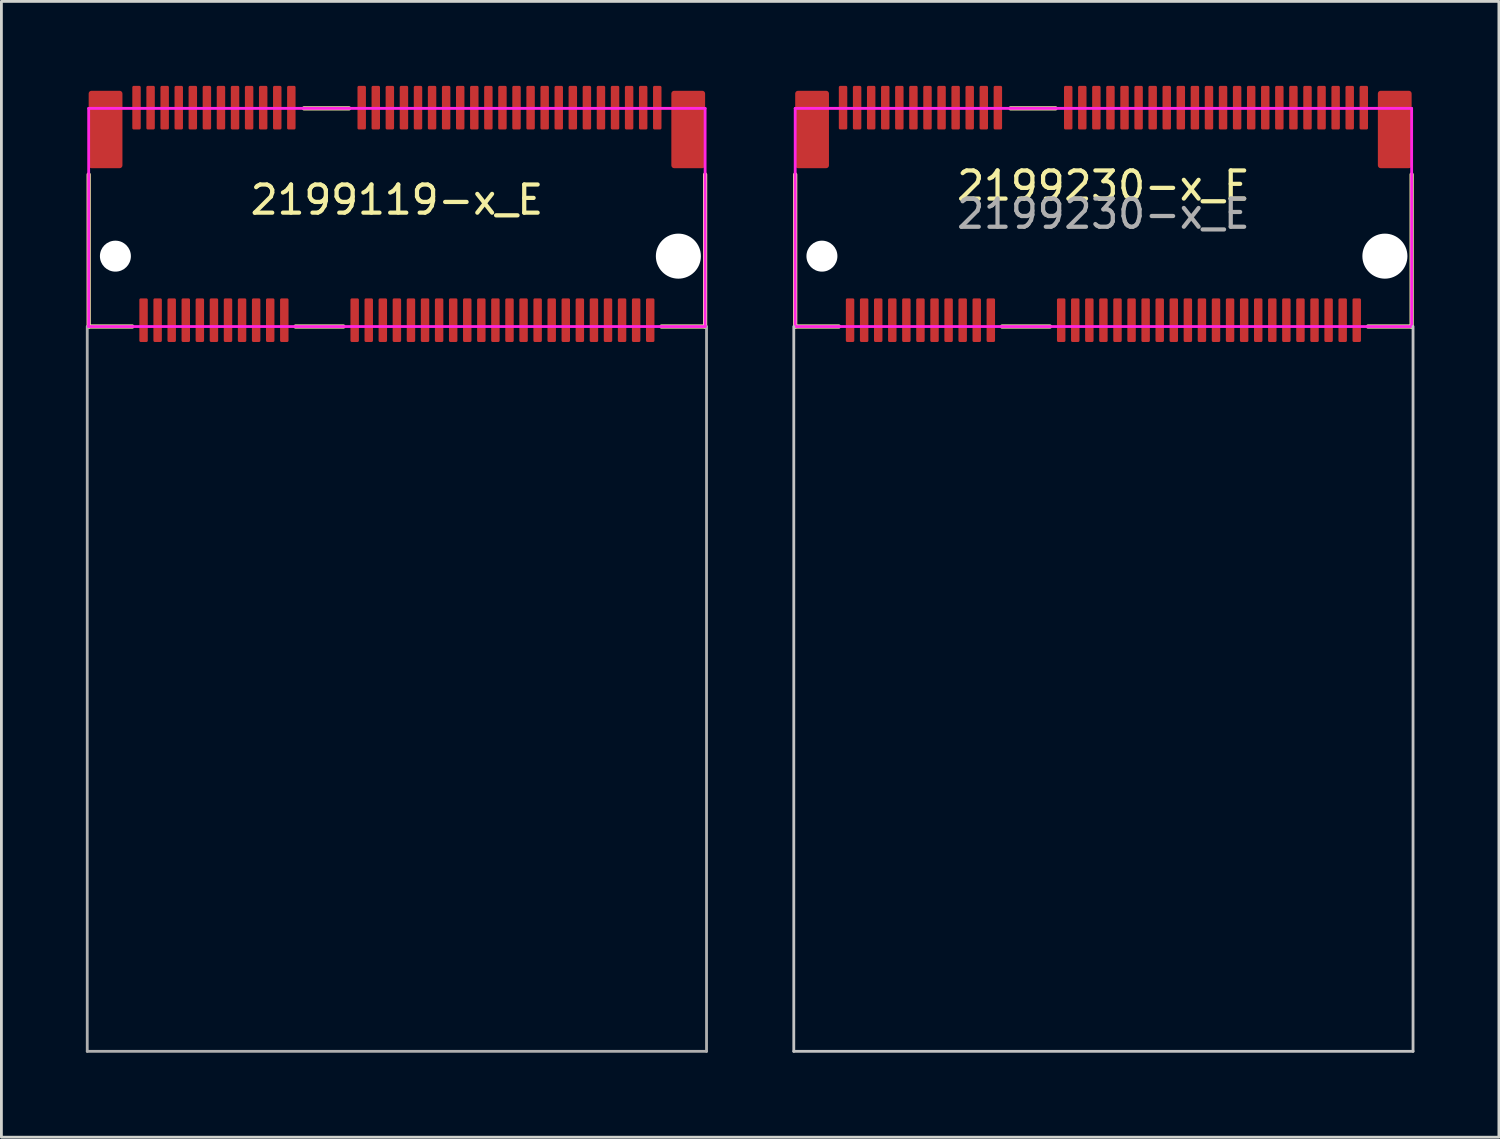
<source format=kicad_pcb>
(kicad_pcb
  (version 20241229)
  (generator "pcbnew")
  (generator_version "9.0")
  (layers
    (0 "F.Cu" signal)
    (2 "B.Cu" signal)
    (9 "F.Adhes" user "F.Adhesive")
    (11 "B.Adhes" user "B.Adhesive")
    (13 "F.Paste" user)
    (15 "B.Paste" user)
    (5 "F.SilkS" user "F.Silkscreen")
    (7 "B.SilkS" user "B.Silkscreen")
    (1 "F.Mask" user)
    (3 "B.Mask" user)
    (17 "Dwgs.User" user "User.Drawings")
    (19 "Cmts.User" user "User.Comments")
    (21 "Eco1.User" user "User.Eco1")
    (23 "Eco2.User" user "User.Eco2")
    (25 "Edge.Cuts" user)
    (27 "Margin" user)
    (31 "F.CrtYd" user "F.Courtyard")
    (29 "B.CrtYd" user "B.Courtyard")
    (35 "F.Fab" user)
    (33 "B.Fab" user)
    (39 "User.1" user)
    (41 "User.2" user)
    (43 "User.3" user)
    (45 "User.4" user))
  (footprint "2199119-x_E"
    (layer "F.Cu")
    (at 11.05 4.55)
    (property "Reference" "2199119-x_E" (at 0 -0.5 0) (layer "F.SilkS") (effects (font (size 1 1) (thickness 0.15))))
    (attr smd)
    (fp_line (start -10.95 4) (end -10.95 -1.4) (stroke (width 0.15) (type solid)) (layer "F.SilkS"))
    (fp_line (start -9.4 4) (end -10.95 4) (stroke (width 0.15) (type solid)) (layer "F.SilkS"))
    (fp_line (start -1.9 4) (end -3.6 4) (stroke (width 0.15) (type solid)) (layer "F.SilkS"))
    (fp_line (start -1.7 -3.75) (end -3.3 -3.75) (stroke (width 0.15) (type solid)) (layer "F.SilkS"))
    (fp_line (start 10.95 -1.4) (end 10.95 4) (stroke (width 0.15) (type solid)) (layer "F.SilkS"))
    (fp_line (start 10.95 4) (end 9.4 4) (stroke (width 0.15) (type solid)) (layer "F.SilkS"))
    (fp_line (start -10.95 -3.75) (end -10.95 4) (stroke (width 0.1) (type solid)) (layer "F.CrtYd"))
    (fp_line (start 10.95 -3.75) (end -10.95 -3.75) (stroke (width 0.1) (type solid)) (layer "F.CrtYd"))
    (fp_line (start 10.95 -3.75) (end 10.95 4) (stroke (width 0.1) (type solid)) (layer "F.CrtYd"))
    (fp_line (start 10.95 4) (end -10.95 4) (stroke (width 0.1) (type solid)) (layer "F.CrtYd"))
    (fp_line (start -11 4) (end -11 29.75) (stroke (width 0.1) (type solid)) (layer "F.Fab"))
    (fp_line (start -11 29.75) (end 11 29.75) (stroke (width 0.1) (type solid)) (layer "F.Fab"))
    (fp_line (start 11 29.75) (end 11 4) (stroke (width 0.1) (type solid)) (layer "F.Fab"))
    (pad "" np_thru_hole circle (at -10 1.5) (size 1.1 1.1) (drill 1.1) (layers "*.Cu" "*.Mask"))
    (pad "" np_thru_hole circle (at 10 1.5) (size 1.6 1.6) (drill 1.6) (layers "*.Cu" "*.Mask"))
    (pad "1" smd roundrect (at -9.25 -3.775) (size 0.3 1.55) (layers "F.Cu" "F.Mask" "F.Paste") (roundrect_rratio 0.167))
    (pad "2" smd roundrect (at -9 3.775) (size 0.3 1.55) (layers "F.Cu" "F.Mask" "F.Paste") (roundrect_rratio 0.167))
    (pad "3" smd roundrect (at -8.75 -3.775) (size 0.3 1.55) (layers "F.Cu" "F.Mask" "F.Paste") (roundrect_rratio 0.167))
    (pad "4" smd roundrect (at -8.5 3.775) (size 0.3 1.55) (layers "F.Cu" "F.Mask" "F.Paste") (roundrect_rratio 0.167))
    (pad "5" smd roundrect (at -8.25 -3.775) (size 0.3 1.55) (layers "F.Cu" "F.Mask" "F.Paste") (roundrect_rratio 0.167))
    (pad "6" smd roundrect (at -8 3.775) (size 0.3 1.55) (layers "F.Cu" "F.Mask" "F.Paste") (roundrect_rratio 0.167))
    (pad "7" smd roundrect (at -7.75 -3.775) (size 0.3 1.55) (layers "F.Cu" "F.Mask" "F.Paste") (roundrect_rratio 0.167))
    (pad "8" smd roundrect (at -7.5 3.775) (size 0.3 1.55) (layers "F.Cu" "F.Mask" "F.Paste") (roundrect_rratio 0.167))
    (pad "9" smd roundrect (at -7.25 -3.775) (size 0.3 1.55) (layers "F.Cu" "F.Mask" "F.Paste") (roundrect_rratio 0.167))
    (pad "10" smd roundrect (at -7 3.775) (size 0.3 1.55) (layers "F.Cu" "F.Mask" "F.Paste") (roundrect_rratio 0.167))
    (pad "11" smd roundrect (at -6.75 -3.775) (size 0.3 1.55) (layers "F.Cu" "F.Mask" "F.Paste") (roundrect_rratio 0.167))
    (pad "12" smd roundrect (at -6.5 3.775) (size 0.3 1.55) (layers "F.Cu" "F.Mask" "F.Paste") (roundrect_rratio 0.167))
    (pad "13" smd roundrect (at -6.25 -3.775) (size 0.3 1.55) (layers "F.Cu" "F.Mask" "F.Paste") (roundrect_rratio 0.167))
    (pad "14" smd roundrect (at -6 3.775) (size 0.3 1.55) (layers "F.Cu" "F.Mask" "F.Paste") (roundrect_rratio 0.167))
    (pad "15" smd roundrect (at -5.75 -3.775) (size 0.3 1.55) (layers "F.Cu" "F.Mask" "F.Paste") (roundrect_rratio 0.167))
    (pad "16" smd roundrect (at -5.5 3.775) (size 0.3 1.55) (layers "F.Cu" "F.Mask" "F.Paste") (roundrect_rratio 0.167))
    (pad "17" smd roundrect (at -5.25 -3.775) (size 0.3 1.55) (layers "F.Cu" "F.Mask" "F.Paste") (roundrect_rratio 0.167))
    (pad "18" smd roundrect (at -5 3.775) (size 0.3 1.55) (layers "F.Cu" "F.Mask" "F.Paste") (roundrect_rratio 0.167))
    (pad "19" smd roundrect (at -4.75 -3.775) (size 0.3 1.55) (layers "F.Cu" "F.Mask" "F.Paste") (roundrect_rratio 0.167))
    (pad "20" smd roundrect (at -4.5 3.775) (size 0.3 1.55) (layers "F.Cu" "F.Mask" "F.Paste") (roundrect_rratio 0.167))
    (pad "21" smd roundrect (at -4.25 -3.775) (size 0.3 1.55) (layers "F.Cu" "F.Mask" "F.Paste") (roundrect_rratio 0.167))
    (pad "22" smd roundrect (at -4 3.775) (size 0.3 1.55) (layers "F.Cu" "F.Mask" "F.Paste") (roundrect_rratio 0.167))
    (pad "23" smd roundrect (at -3.75 -3.775) (size 0.3 1.55) (layers "F.Cu" "F.Mask" "F.Paste") (roundrect_rratio 0.167))
    (pad "32" smd roundrect (at -1.5 3.775) (size 0.3 1.55) (layers "F.Cu" "F.Mask" "F.Paste") (roundrect_rratio 0.167))
    (pad "33" smd roundrect (at -1.25 -3.775) (size 0.3 1.55) (layers "F.Cu" "F.Mask" "F.Paste") (roundrect_rratio 0.167))
    (pad "34" smd roundrect (at -1 3.775) (size 0.3 1.55) (layers "F.Cu" "F.Mask" "F.Paste") (roundrect_rratio 0.167))
    (pad "35" smd roundrect (at -0.75 -3.775) (size 0.3 1.55) (layers "F.Cu" "F.Mask" "F.Paste") (roundrect_rratio 0.167))
    (pad "36" smd roundrect (at -0.5 3.775) (size 0.3 1.55) (layers "F.Cu" "F.Mask" "F.Paste") (roundrect_rratio 0.167))
    (pad "37" smd roundrect (at -0.25 -3.775) (size 0.3 1.55) (layers "F.Cu" "F.Mask" "F.Paste") (roundrect_rratio 0.167))
    (pad "38" smd roundrect (at 0 3.775) (size 0.3 1.55) (layers "F.Cu" "F.Mask" "F.Paste") (roundrect_rratio 0.167))
    (pad "39" smd roundrect (at 0.25 -3.775) (size 0.3 1.55) (layers "F.Cu" "F.Mask" "F.Paste") (roundrect_rratio 0.167))
    (pad "40" smd roundrect (at 0.5 3.775) (size 0.3 1.55) (layers "F.Cu" "F.Mask" "F.Paste") (roundrect_rratio 0.167))
    (pad "41" smd roundrect (at 0.75 -3.775) (size 0.3 1.55) (layers "F.Cu" "F.Mask" "F.Paste") (roundrect_rratio 0.167))
    (pad "42" smd roundrect (at 1 3.775) (size 0.3 1.55) (layers "F.Cu" "F.Mask" "F.Paste") (roundrect_rratio 0.167))
    (pad "43" smd roundrect (at 1.25 -3.775) (size 0.3 1.55) (layers "F.Cu" "F.Mask" "F.Paste") (roundrect_rratio 0.167))
    (pad "44" smd roundrect (at 1.5 3.775) (size 0.3 1.55) (layers "F.Cu" "F.Mask" "F.Paste") (roundrect_rratio 0.167))
    (pad "45" smd roundrect (at 1.75 -3.775) (size 0.3 1.55) (layers "F.Cu" "F.Mask" "F.Paste") (roundrect_rratio 0.167))
    (pad "46" smd roundrect (at 2 3.775) (size 0.3 1.55) (layers "F.Cu" "F.Mask" "F.Paste") (roundrect_rratio 0.167))
    (pad "47" smd roundrect (at 2.25 -3.775) (size 0.3 1.55) (layers "F.Cu" "F.Mask" "F.Paste") (roundrect_rratio 0.167))
    (pad "48" smd roundrect (at 2.5 3.775) (size 0.3 1.55) (layers "F.Cu" "F.Mask" "F.Paste") (roundrect_rratio 0.167))
    (pad "49" smd roundrect (at 2.75 -3.775) (size 0.3 1.55) (layers "F.Cu" "F.Mask" "F.Paste") (roundrect_rratio 0.167))
    (pad "50" smd roundrect (at 3 3.775) (size 0.3 1.55) (layers "F.Cu" "F.Mask" "F.Paste") (roundrect_rratio 0.167))
    (pad "51" smd roundrect (at 3.25 -3.775) (size 0.3 1.55) (layers "F.Cu" "F.Mask" "F.Paste") (roundrect_rratio 0.167))
    (pad "52" smd roundrect (at 3.5 3.775) (size 0.3 1.55) (layers "F.Cu" "F.Mask" "F.Paste") (roundrect_rratio 0.167))
    (pad "53" smd roundrect (at 3.75 -3.775) (size 0.3 1.55) (layers "F.Cu" "F.Mask" "F.Paste") (roundrect_rratio 0.167))
    (pad "54" smd roundrect (at 4 3.775) (size 0.3 1.55) (layers "F.Cu" "F.Mask" "F.Paste") (roundrect_rratio 0.167))
    (pad "55" smd roundrect (at 4.25 -3.775) (size 0.3 1.55) (layers "F.Cu" "F.Mask" "F.Paste") (roundrect_rratio 0.167))
    (pad "56" smd roundrect (at 4.5 3.775) (size 0.3 1.55) (layers "F.Cu" "F.Mask" "F.Paste") (roundrect_rratio 0.167))
    (pad "57" smd roundrect (at 4.75 -3.775) (size 0.3 1.55) (layers "F.Cu" "F.Mask" "F.Paste") (roundrect_rratio 0.167))
    (pad "58" smd roundrect (at 5 3.775) (size 0.3 1.55) (layers "F.Cu" "F.Mask" "F.Paste") (roundrect_rratio 0.167))
    (pad "59" smd roundrect (at 5.25 -3.775) (size 0.3 1.55) (layers "F.Cu" "F.Mask" "F.Paste") (roundrect_rratio 0.167))
    (pad "60" smd roundrect (at 5.5 3.775) (size 0.3 1.55) (layers "F.Cu" "F.Mask" "F.Paste") (roundrect_rratio 0.167))
    (pad "61" smd roundrect (at 5.75 -3.775) (size 0.3 1.55) (layers "F.Cu" "F.Mask" "F.Paste") (roundrect_rratio 0.167))
    (pad "62" smd roundrect (at 6 3.775) (size 0.3 1.55) (layers "F.Cu" "F.Mask" "F.Paste") (roundrect_rratio 0.167))
    (pad "63" smd roundrect (at 6.25 -3.775) (size 0.3 1.55) (layers "F.Cu" "F.Mask" "F.Paste") (roundrect_rratio 0.167))
    (pad "64" smd roundrect (at 6.5 3.775) (size 0.3 1.55) (layers "F.Cu" "F.Mask" "F.Paste") (roundrect_rratio 0.167))
    (pad "65" smd roundrect (at 6.75 -3.775) (size 0.3 1.55) (layers "F.Cu" "F.Mask" "F.Paste") (roundrect_rratio 0.167))
    (pad "66" smd roundrect (at 7 3.775) (size 0.3 1.55) (layers "F.Cu" "F.Mask" "F.Paste") (roundrect_rratio 0.167))
    (pad "67" smd roundrect (at 7.25 -3.775) (size 0.3 1.55) (layers "F.Cu" "F.Mask" "F.Paste") (roundrect_rratio 0.167))
    (pad "68" smd roundrect (at 7.5 3.775) (size 0.3 1.55) (layers "F.Cu" "F.Mask" "F.Paste") (roundrect_rratio 0.167))
    (pad "69" smd roundrect (at 7.75 -3.775) (size 0.3 1.55) (layers "F.Cu" "F.Mask" "F.Paste") (roundrect_rratio 0.167))
    (pad "70" smd roundrect (at 8 3.775) (size 0.3 1.55) (layers "F.Cu" "F.Mask" "F.Paste") (roundrect_rratio 0.167))
    (pad "71" smd roundrect (at 8.25 -3.775) (size 0.3 1.55) (layers "F.Cu" "F.Mask" "F.Paste") (roundrect_rratio 0.167))
    (pad "72" smd roundrect (at 8.5 3.775) (size 0.3 1.55) (layers "F.Cu" "F.Mask" "F.Paste") (roundrect_rratio 0.167))
    (pad "73" smd roundrect (at 8.75 -3.775) (size 0.3 1.55) (layers "F.Cu" "F.Mask" "F.Paste") (roundrect_rratio 0.167))
    (pad "74" smd roundrect (at 9 3.775) (size 0.3 1.55) (layers "F.Cu" "F.Mask" "F.Paste") (roundrect_rratio 0.167))
    (pad "75" smd roundrect (at 9.25 -3.775) (size 0.3 1.55) (layers "F.Cu" "F.Mask" "F.Paste") (roundrect_rratio 0.167))
    (pad "MP" smd roundrect (at -10.35 -3) (size 1.2 2.75) (layers "F.Cu" "F.Mask" "F.Paste") (roundrect_rratio 0.083))
    (pad "MP" smd roundrect (at 10.35 -3) (size 1.2 2.75) (layers "F.Cu" "F.Mask" "F.Paste") (roundrect_rratio 0.083)))
  (footprint "2199230-x_E"
    (layer "F.Cu")
    (at 36.15 4.55)
    (property "Reference" "2199230-x_E" (at 0 -1 0) (layer "F.SilkS") (effects (font (size 1 1) (thickness 0.15))))
    (attr smd)
    (fp_line (start -10.95 4) (end -10.95 -1.4) (stroke (width 0.15) (type solid)) (layer "F.SilkS"))
    (fp_line (start -9.4 4) (end -10.95 4) (stroke (width 0.15) (type solid)) (layer "F.SilkS"))
    (fp_line (start -1.9 4) (end -3.6 4) (stroke (width 0.15) (type solid)) (layer "F.SilkS"))
    (fp_line (start -1.7 -3.75) (end -3.3 -3.75) (stroke (width 0.15) (type solid)) (layer "F.SilkS"))
    (fp_line (start 10.95 -1.4) (end 10.95 4) (stroke (width 0.15) (type solid)) (layer "F.SilkS"))
    (fp_line (start 10.95 4) (end 9.4 4) (stroke (width 0.15) (type solid)) (layer "F.SilkS"))
    (fp_line (start -11 4) (end -11 29.75) (stroke (width 0.1) (type solid)) (layer "Dwgs.User"))
    (fp_line (start -11 29.75) (end 11 29.75) (stroke (width 0.1) (type solid)) (layer "Dwgs.User"))
    (fp_line (start 11 29.75) (end 11 4) (stroke (width 0.1) (type solid)) (layer "Dwgs.User"))
    (fp_line (start -10.95 -3.75) (end -10.95 4) (stroke (width 0.1) (type solid)) (layer "F.CrtYd"))
    (fp_line (start 10.95 -3.75) (end -10.95 -3.75) (stroke (width 0.1) (type solid)) (layer "F.CrtYd"))
    (fp_line (start 10.95 -3.75) (end 10.95 4) (stroke (width 0.1) (type solid)) (layer "F.CrtYd"))
    (fp_line (start 10.95 4) (end -10.95 4) (stroke (width 0.1) (type solid)) (layer "F.CrtYd"))
    (fp_text user "${REFERENCE}" (at 0 0 0) (layer "F.Fab") (effects (font (size 1 1) (thickness 0.15))))
    (pad "" np_thru_hole circle (at -10 1.5) (size 1.1 1.1) (drill 1.1) (layers "*.Cu" "*.Mask"))
    (pad "" np_thru_hole circle (at 10 1.5) (size 1.6 1.6) (drill 1.6) (layers "*.Cu" "*.Mask"))
    (pad "1" smd roundrect (at -9.25 -3.775) (size 0.3 1.55) (layers "F.Cu" "F.Mask" "F.Paste") (roundrect_rratio 0.167))
    (pad "2" smd roundrect (at -9 3.775) (size 0.3 1.55) (layers "F.Cu" "F.Mask" "F.Paste") (roundrect_rratio 0.167))
    (pad "3" smd roundrect (at -8.75 -3.775) (size 0.3 1.55) (layers "F.Cu" "F.Mask" "F.Paste") (roundrect_rratio 0.167))
    (pad "4" smd roundrect (at -8.5 3.775) (size 0.3 1.55) (layers "F.Cu" "F.Mask" "F.Paste") (roundrect_rratio 0.167))
    (pad "5" smd roundrect (at -8.25 -3.775) (size 0.3 1.55) (layers "F.Cu" "F.Mask" "F.Paste") (roundrect_rratio 0.167))
    (pad "6" smd roundrect (at -8 3.775) (size 0.3 1.55) (layers "F.Cu" "F.Mask" "F.Paste") (roundrect_rratio 0.167))
    (pad "7" smd roundrect (at -7.75 -3.775) (size 0.3 1.55) (layers "F.Cu" "F.Mask" "F.Paste") (roundrect_rratio 0.167))
    (pad "8" smd roundrect (at -7.5 3.775) (size 0.3 1.55) (layers "F.Cu" "F.Mask" "F.Paste") (roundrect_rratio 0.167))
    (pad "9" smd roundrect (at -7.25 -3.775) (size 0.3 1.55) (layers "F.Cu" "F.Mask" "F.Paste") (roundrect_rratio 0.167))
    (pad "10" smd roundrect (at -7 3.775) (size 0.3 1.55) (layers "F.Cu" "F.Mask" "F.Paste") (roundrect_rratio 0.167))
    (pad "11" smd roundrect (at -6.75 -3.775) (size 0.3 1.55) (layers "F.Cu" "F.Mask" "F.Paste") (roundrect_rratio 0.167))
    (pad "12" smd roundrect (at -6.5 3.775) (size 0.3 1.55) (layers "F.Cu" "F.Mask" "F.Paste") (roundrect_rratio 0.167))
    (pad "13" smd roundrect (at -6.25 -3.775) (size 0.3 1.55) (layers "F.Cu" "F.Mask" "F.Paste") (roundrect_rratio 0.167))
    (pad "14" smd roundrect (at -6 3.775) (size 0.3 1.55) (layers "F.Cu" "F.Mask" "F.Paste") (roundrect_rratio 0.167))
    (pad "15" smd roundrect (at -5.75 -3.775) (size 0.3 1.55) (layers "F.Cu" "F.Mask" "F.Paste") (roundrect_rratio 0.167))
    (pad "16" smd roundrect (at -5.5 3.775) (size 0.3 1.55) (layers "F.Cu" "F.Mask" "F.Paste") (roundrect_rratio 0.167))
    (pad "17" smd roundrect (at -5.25 -3.775) (size 0.3 1.55) (layers "F.Cu" "F.Mask" "F.Paste") (roundrect_rratio 0.167))
    (pad "18" smd roundrect (at -5 3.775) (size 0.3 1.55) (layers "F.Cu" "F.Mask" "F.Paste") (roundrect_rratio 0.167))
    (pad "19" smd roundrect (at -4.75 -3.775) (size 0.3 1.55) (layers "F.Cu" "F.Mask" "F.Paste") (roundrect_rratio 0.167))
    (pad "20" smd roundrect (at -4.5 3.775) (size 0.3 1.55) (layers "F.Cu" "F.Mask" "F.Paste") (roundrect_rratio 0.167))
    (pad "21" smd roundrect (at -4.25 -3.775) (size 0.3 1.55) (layers "F.Cu" "F.Mask" "F.Paste") (roundrect_rratio 0.167))
    (pad "22" smd roundrect (at -4 3.775) (size 0.3 1.55) (layers "F.Cu" "F.Mask" "F.Paste") (roundrect_rratio 0.167))
    (pad "23" smd roundrect (at -3.75 -3.775) (size 0.3 1.55) (layers "F.Cu" "F.Mask" "F.Paste") (roundrect_rratio 0.167))
    (pad "32" smd roundrect (at -1.5 3.775) (size 0.3 1.55) (layers "F.Cu" "F.Mask" "F.Paste") (roundrect_rratio 0.167))
    (pad "33" smd roundrect (at -1.25 -3.775) (size 0.3 1.55) (layers "F.Cu" "F.Mask" "F.Paste") (roundrect_rratio 0.167))
    (pad "34" smd roundrect (at -1 3.775) (size 0.3 1.55) (layers "F.Cu" "F.Mask" "F.Paste") (roundrect_rratio 0.167))
    (pad "35" smd roundrect (at -0.75 -3.775) (size 0.3 1.55) (layers "F.Cu" "F.Mask" "F.Paste") (roundrect_rratio 0.167))
    (pad "36" smd roundrect (at -0.5 3.775) (size 0.3 1.55) (layers "F.Cu" "F.Mask" "F.Paste") (roundrect_rratio 0.167))
    (pad "37" smd roundrect (at -0.25 -3.775) (size 0.3 1.55) (layers "F.Cu" "F.Mask" "F.Paste") (roundrect_rratio 0.167))
    (pad "38" smd roundrect (at 0 3.775) (size 0.3 1.55) (layers "F.Cu" "F.Mask" "F.Paste") (roundrect_rratio 0.167))
    (pad "39" smd roundrect (at 0.25 -3.775) (size 0.3 1.55) (layers "F.Cu" "F.Mask" "F.Paste") (roundrect_rratio 0.167))
    (pad "40" smd roundrect (at 0.5 3.775) (size 0.3 1.55) (layers "F.Cu" "F.Mask" "F.Paste") (roundrect_rratio 0.167))
    (pad "41" smd roundrect (at 0.75 -3.775) (size 0.3 1.55) (layers "F.Cu" "F.Mask" "F.Paste") (roundrect_rratio 0.167))
    (pad "42" smd roundrect (at 1 3.775) (size 0.3 1.55) (layers "F.Cu" "F.Mask" "F.Paste") (roundrect_rratio 0.167))
    (pad "43" smd roundrect (at 1.25 -3.775) (size 0.3 1.55) (layers "F.Cu" "F.Mask" "F.Paste") (roundrect_rratio 0.167))
    (pad "44" smd roundrect (at 1.5 3.775) (size 0.3 1.55) (layers "F.Cu" "F.Mask" "F.Paste") (roundrect_rratio 0.167))
    (pad "45" smd roundrect (at 1.75 -3.775) (size 0.3 1.55) (layers "F.Cu" "F.Mask" "F.Paste") (roundrect_rratio 0.167))
    (pad "46" smd roundrect (at 2 3.775) (size 0.3 1.55) (layers "F.Cu" "F.Mask" "F.Paste") (roundrect_rratio 0.167))
    (pad "47" smd roundrect (at 2.25 -3.775) (size 0.3 1.55) (layers "F.Cu" "F.Mask" "F.Paste") (roundrect_rratio 0.167))
    (pad "48" smd roundrect (at 2.5 3.775) (size 0.3 1.55) (layers "F.Cu" "F.Mask" "F.Paste") (roundrect_rratio 0.167))
    (pad "49" smd roundrect (at 2.75 -3.775) (size 0.3 1.55) (layers "F.Cu" "F.Mask" "F.Paste") (roundrect_rratio 0.167))
    (pad "50" smd roundrect (at 3 3.775) (size 0.3 1.55) (layers "F.Cu" "F.Mask" "F.Paste") (roundrect_rratio 0.167))
    (pad "51" smd roundrect (at 3.25 -3.775) (size 0.3 1.55) (layers "F.Cu" "F.Mask" "F.Paste") (roundrect_rratio 0.167))
    (pad "52" smd roundrect (at 3.5 3.775) (size 0.3 1.55) (layers "F.Cu" "F.Mask" "F.Paste") (roundrect_rratio 0.167))
    (pad "53" smd roundrect (at 3.75 -3.775) (size 0.3 1.55) (layers "F.Cu" "F.Mask" "F.Paste") (roundrect_rratio 0.167))
    (pad "54" smd roundrect (at 4 3.775) (size 0.3 1.55) (layers "F.Cu" "F.Mask" "F.Paste") (roundrect_rratio 0.167))
    (pad "55" smd roundrect (at 4.25 -3.775) (size 0.3 1.55) (layers "F.Cu" "F.Mask" "F.Paste") (roundrect_rratio 0.167))
    (pad "56" smd roundrect (at 4.5 3.775) (size 0.3 1.55) (layers "F.Cu" "F.Mask" "F.Paste") (roundrect_rratio 0.167))
    (pad "57" smd roundrect (at 4.75 -3.775) (size 0.3 1.55) (layers "F.Cu" "F.Mask" "F.Paste") (roundrect_rratio 0.167))
    (pad "58" smd roundrect (at 5 3.775) (size 0.3 1.55) (layers "F.Cu" "F.Mask" "F.Paste") (roundrect_rratio 0.167))
    (pad "59" smd roundrect (at 5.25 -3.775) (size 0.3 1.55) (layers "F.Cu" "F.Mask" "F.Paste") (roundrect_rratio 0.167))
    (pad "60" smd roundrect (at 5.5 3.775) (size 0.3 1.55) (layers "F.Cu" "F.Mask" "F.Paste") (roundrect_rratio 0.167))
    (pad "61" smd roundrect (at 5.75 -3.775) (size 0.3 1.55) (layers "F.Cu" "F.Mask" "F.Paste") (roundrect_rratio 0.167))
    (pad "62" smd roundrect (at 6 3.775) (size 0.3 1.55) (layers "F.Cu" "F.Mask" "F.Paste") (roundrect_rratio 0.167))
    (pad "63" smd roundrect (at 6.25 -3.775) (size 0.3 1.55) (layers "F.Cu" "F.Mask" "F.Paste") (roundrect_rratio 0.167))
    (pad "64" smd roundrect (at 6.5 3.775) (size 0.3 1.55) (layers "F.Cu" "F.Mask" "F.Paste") (roundrect_rratio 0.167))
    (pad "65" smd roundrect (at 6.75 -3.775) (size 0.3 1.55) (layers "F.Cu" "F.Mask" "F.Paste") (roundrect_rratio 0.167))
    (pad "66" smd roundrect (at 7 3.775) (size 0.3 1.55) (layers "F.Cu" "F.Mask" "F.Paste") (roundrect_rratio 0.167))
    (pad "67" smd roundrect (at 7.25 -3.775) (size 0.3 1.55) (layers "F.Cu" "F.Mask" "F.Paste") (roundrect_rratio 0.167))
    (pad "68" smd roundrect (at 7.5 3.775) (size 0.3 1.55) (layers "F.Cu" "F.Mask" "F.Paste") (roundrect_rratio 0.167))
    (pad "69" smd roundrect (at 7.75 -3.775) (size 0.3 1.55) (layers "F.Cu" "F.Mask" "F.Paste") (roundrect_rratio 0.167))
    (pad "70" smd roundrect (at 8 3.775) (size 0.3 1.55) (layers "F.Cu" "F.Mask" "F.Paste") (roundrect_rratio 0.167))
    (pad "71" smd roundrect (at 8.25 -3.775) (size 0.3 1.55) (layers "F.Cu" "F.Mask" "F.Paste") (roundrect_rratio 0.167))
    (pad "72" smd roundrect (at 8.5 3.775) (size 0.3 1.55) (layers "F.Cu" "F.Mask" "F.Paste") (roundrect_rratio 0.167))
    (pad "73" smd roundrect (at 8.75 -3.775) (size 0.3 1.55) (layers "F.Cu" "F.Mask" "F.Paste") (roundrect_rratio 0.167))
    (pad "74" smd roundrect (at 9 3.775) (size 0.3 1.55) (layers "F.Cu" "F.Mask" "F.Paste") (roundrect_rratio 0.167))
    (pad "75" smd roundrect (at 9.25 -3.775) (size 0.3 1.55) (layers "F.Cu" "F.Mask" "F.Paste") (roundrect_rratio 0.167))
    (pad "MP" smd roundrect (at -10.35 -3) (size 1.2 2.75) (layers "F.Cu" "F.Mask" "F.Paste") (roundrect_rratio 0.083))
    (pad "MP" smd roundrect (at 10.35 -3) (size 1.2 2.75) (layers "F.Cu" "F.Mask" "F.Paste") (roundrect_rratio 0.083)))
  (gr_rect
    (start -3 -3)
    (end 50.2 37.35)
    (stroke (width 0.1) (type default))
    (fill no)
    (layer "Edge.Cuts")))
</source>
